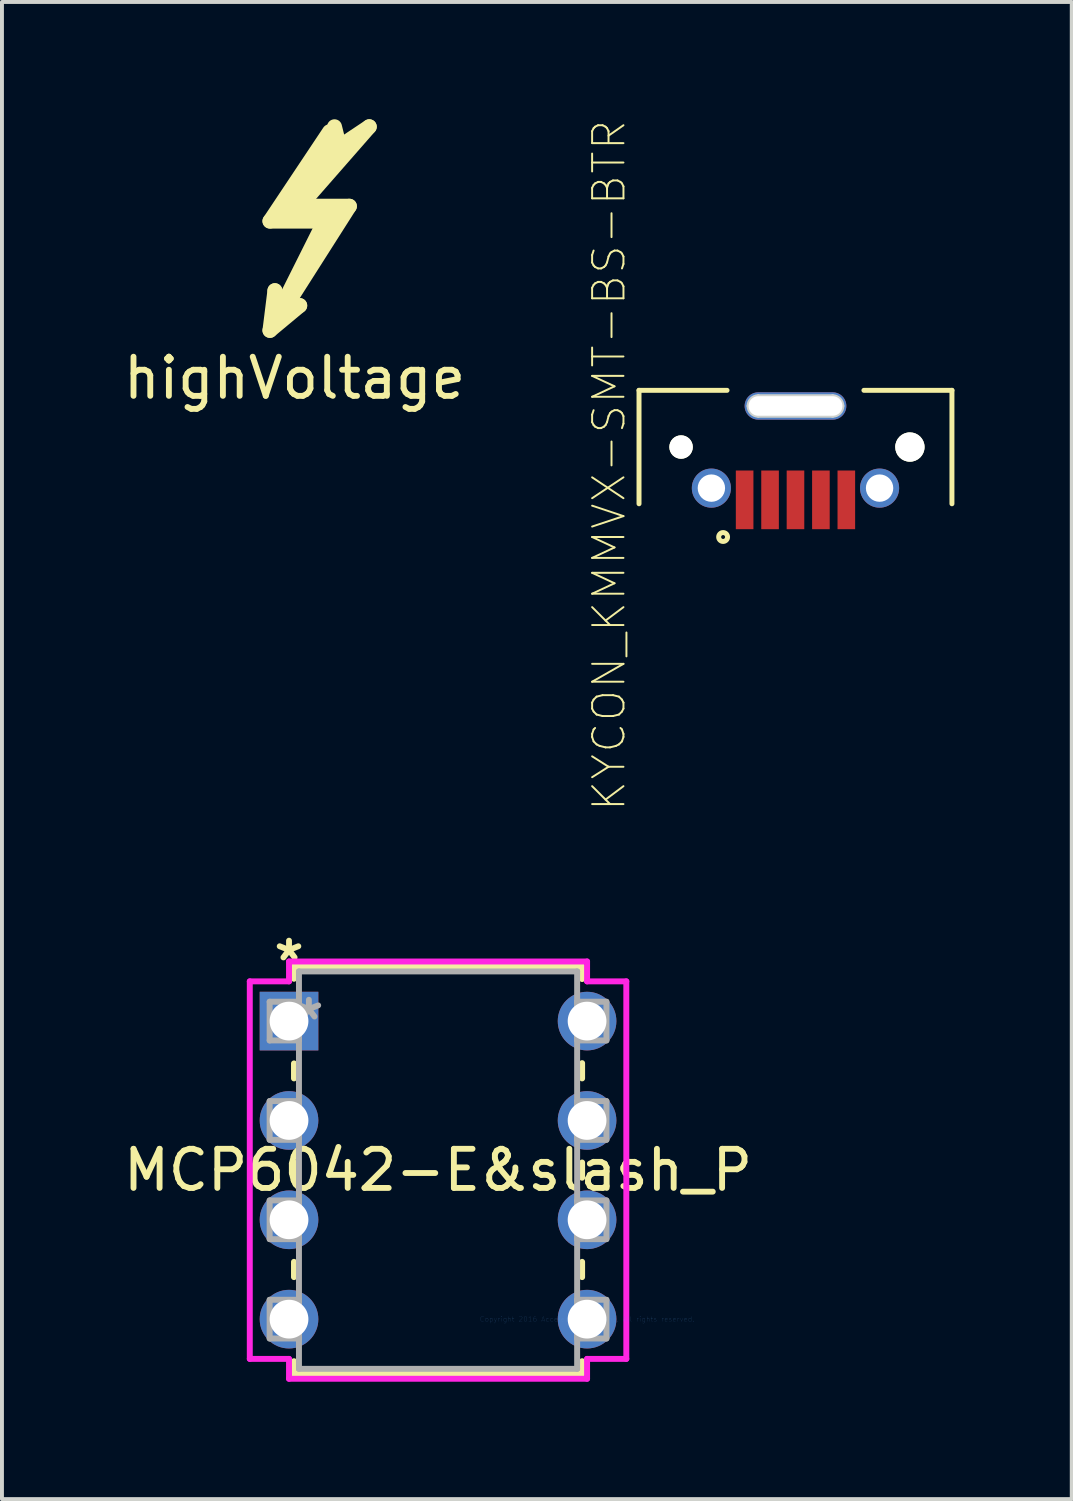
<source format=kicad_pcb>
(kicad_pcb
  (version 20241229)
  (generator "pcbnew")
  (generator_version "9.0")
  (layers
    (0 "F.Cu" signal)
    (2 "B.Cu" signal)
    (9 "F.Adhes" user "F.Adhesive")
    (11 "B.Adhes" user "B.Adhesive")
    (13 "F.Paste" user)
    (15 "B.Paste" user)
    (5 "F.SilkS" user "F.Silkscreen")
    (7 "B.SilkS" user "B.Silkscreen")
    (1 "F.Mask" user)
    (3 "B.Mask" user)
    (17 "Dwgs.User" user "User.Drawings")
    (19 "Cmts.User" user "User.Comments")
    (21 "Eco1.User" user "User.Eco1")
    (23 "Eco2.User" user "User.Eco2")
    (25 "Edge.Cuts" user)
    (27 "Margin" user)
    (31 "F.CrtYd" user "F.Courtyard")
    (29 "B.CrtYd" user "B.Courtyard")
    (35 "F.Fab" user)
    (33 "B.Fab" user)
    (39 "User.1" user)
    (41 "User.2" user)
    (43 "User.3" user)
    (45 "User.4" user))
  (footprint "KYCON_KMMVX-SMT-BS-BTR"
    (layer "F.Cu")
    (at 17.287 8.379)
    (property "Reference" "KYCON_KMMVX-SMT-BS-BTR" (at -4.766 0.469 90) (layer "F.SilkS") (effects (font (size 0.801 0.801) (thickness 0.05))))
    (attr smd)
    (fp_line (start -4 -1.45) (end -4 1.45) (stroke (width 0.127) (type solid)) (layer "F.SilkS"))
    (fp_line (start -1.75 -1.45) (end -4 -1.45) (stroke (width 0.127) (type solid)) (layer "F.SilkS"))
    (fp_line (start 1.75 -1.45) (end 4 -1.45) (stroke (width 0.127) (type solid)) (layer "F.SilkS"))
    (fp_line (start 4 -1.45) (end 4 1.45) (stroke (width 0.127) (type solid)) (layer "F.SilkS"))
    (fp_circle (center -1.85 2.3) (end -1.8 2.3) (stroke (width 0.127) (type solid)) (fill no) (layer "F.SilkS"))
    (fp_line (start -0.95 -1.3) (end 0.95 -1.3) (stroke (width 0.1) (type solid)) (layer "Edge.Cuts"))
    (fp_line (start 0.95 -0.8) (end -0.95 -0.8) (stroke (width 0.1) (type solid)) (layer "Edge.Cuts"))
    (fp_arc (start -1.2 -1.05) (mid -1.126777 -1.226777) (end -0.95 -1.3) (stroke (width 0.1) (type solid)) (layer "Edge.Cuts"))
    (fp_arc (start -0.95 -0.8) (mid -1.126777 -0.873223) (end -1.2 -1.05) (stroke (width 0.1) (type solid)) (layer "Edge.Cuts"))
    (fp_arc (start 0.95 -1.3) (mid 1.126777 -1.226777) (end 1.2 -1.05) (stroke (width 0.1) (type solid)) (layer "Edge.Cuts"))
    (fp_arc (start 1.2 -1.05) (mid 1.126777 -0.873223) (end 0.95 -0.8) (stroke (width 0.1) (type solid)) (layer "Edge.Cuts"))
    (pad "" np_thru_hole circle (at -2.925 0) (size 0.6 0.6) (drill 0.6) (layers "*.Cu" "*.Mask" "F.SilkS"))
    (pad "" np_thru_hole circle (at 2.925 0) (size 0.75 0.75) (drill 0.75) (layers "*.Cu" "*.Mask" "F.SilkS"))
    (pad "1" smd rect (at -1.3 1.35) (size 0.45 1.5) (layers "F.Cu" "F.Mask" "F.Paste"))
    (pad "2" smd rect (at -0.65 1.35) (size 0.45 1.5) (layers "F.Cu" "F.Mask" "F.Paste"))
    (pad "3" smd rect (at 0 1.35) (size 0.45 1.5) (layers "F.Cu" "F.Mask" "F.Paste"))
    (pad "4" smd rect (at 0.65 1.35) (size 0.45 1.5) (layers "F.Cu" "F.Mask" "F.Paste"))
    (pad "5" smd rect (at 1.3 1.35) (size 0.45 1.5) (layers "F.Cu" "F.Mask" "F.Paste"))
    (pad "Hole" thru_hole oval (at 0 -1.05) (size 2.6 0.7) (drill oval 2.4 0.5) (layers "*.Cu" "*.Mask"))
    (pad "P1" thru_hole circle (at -2.15 1.05) (size 1 1) (drill 0.7) (layers "*.Cu" "*.Mask"))
    (pad "P2" thru_hole circle (at 2.15 1.05) (size 1 1) (drill 0.7) (layers "*.Cu" "*.Mask")))
  (footprint "highVoltage"
    (layer "F.Cu")
    (at 4.232 3.365)
    (property "Reference" "highVoltage" (at 0.25 3.25 0) (layer "F.SilkS") (effects (font (size 1 1) (thickness 0.15))))
    (attr exclude_from_pos_files exclude_from_bom)
    (fp_line (start -0.381 -0.762) (end 1.016 -0.762) (stroke (width 0.381) (type solid)) (layer "F.SilkS"))
    (fp_line (start -0.381 2.032) (end 0.381 1.397) (stroke (width 0.381) (type solid)) (layer "F.SilkS"))
    (fp_line (start -0.254 1.016) (end -0.381 2.032) (stroke (width 0.381) (type solid)) (layer "F.SilkS"))
    (fp_line (start -0.127 1.524) (end -0.254 1.016) (stroke (width 0.381) (type solid)) (layer "F.SilkS"))
    (fp_line (start -0.127 1.651) (end 1.651 -1.143) (stroke (width 0.381) (type solid)) (layer "F.SilkS"))
    (fp_line (start 0 -0.889) (end 1.27 -0.889) (stroke (width 0.381) (type solid)) (layer "F.SilkS"))
    (fp_line (start 0.381 -1.143) (end 2.159 -3.175) (stroke (width 0.381) (type solid)) (layer "F.SilkS"))
    (fp_line (start 0.381 1.397) (end -0.127 1.651) (stroke (width 0.381) (type solid)) (layer "F.SilkS"))
    (fp_line (start 1.016 -0.762) (end -0.127 1.524) (stroke (width 0.381) (type solid)) (layer "F.SilkS"))
    (fp_line (start 1.143 -3.048) (end -0.381 -0.762) (stroke (width 0.381) (type solid)) (layer "F.SilkS"))
    (fp_line (start 1.397 -2.794) (end 0 -0.889) (stroke (width 0.381) (type solid)) (layer "F.SilkS"))
    (fp_line (start 1.397 -2.667) (end 1.27 -3.175) (stroke (width 0.381) (type solid)) (layer "F.SilkS"))
    (fp_line (start 1.651 -1.143) (end 0.381 -1.143) (stroke (width 0.381) (type solid)) (layer "F.SilkS"))
    (fp_line (start 2.159 -3.175) (end 1.397 -2.667) (stroke (width 0.381) (type solid)) (layer "F.SilkS")))
  (footprint "MCP6042-E&slash_P"
    (layer "F.Cu")
    (at 11.959 30.675)
    (property "Reference" "MCP6042-E&slash_P" (at -3.81 -3.81 0) (layer "F.SilkS") (effects (font (size 1 1) (thickness 0.15))))
    (attr through_hole)
    (fp_line (start -7.493 -9.017) (end -7.493 -8.702) (stroke (width 0.152) (type solid)) (layer "F.SilkS"))
    (fp_line (start -7.493 -6.538) (end -7.493 -6.155) (stroke (width 0.152) (type solid)) (layer "F.SilkS"))
    (fp_line (start -7.493 -4.005) (end -7.493 -3.615) (stroke (width 0.152) (type solid)) (layer "F.SilkS"))
    (fp_line (start -7.493 -1.465) (end -7.493 -1.075) (stroke (width 0.152) (type solid)) (layer "F.SilkS"))
    (fp_line (start -7.493 1.075) (end -7.493 1.397) (stroke (width 0.152) (type solid)) (layer "F.SilkS"))
    (fp_line (start -7.493 1.397) (end -0.127 1.397) (stroke (width 0.152) (type solid)) (layer "F.SilkS"))
    (fp_line (start -0.127 -9.017) (end -7.493 -9.017) (stroke (width 0.152) (type solid)) (layer "F.SilkS"))
    (fp_line (start -0.127 -8.695) (end -0.127 -9.017) (stroke (width 0.152) (type solid)) (layer "F.SilkS"))
    (fp_line (start -0.127 -6.155) (end -0.127 -6.545) (stroke (width 0.152) (type solid)) (layer "F.SilkS"))
    (fp_line (start -0.127 -3.615) (end -0.127 -4.005) (stroke (width 0.152) (type solid)) (layer "F.SilkS"))
    (fp_line (start -0.127 -1.075) (end -0.127 -1.465) (stroke (width 0.152) (type solid)) (layer "F.SilkS"))
    (fp_line (start -0.127 1.397) (end -0.127 1.075) (stroke (width 0.152) (type solid)) (layer "F.SilkS"))
    (fp_line (start -8.623 -8.636) (end -8.623 1.016) (stroke (width 0.152) (type solid)) (layer "F.CrtYd"))
    (fp_line (start -8.623 1.016) (end -7.62 1.016) (stroke (width 0.152) (type solid)) (layer "F.CrtYd"))
    (fp_line (start -7.62 -9.144) (end -7.62 -8.636) (stroke (width 0.152) (type solid)) (layer "F.CrtYd"))
    (fp_line (start -7.62 -8.636) (end -8.623 -8.636) (stroke (width 0.152) (type solid)) (layer "F.CrtYd"))
    (fp_line (start -7.62 1.016) (end -7.62 1.524) (stroke (width 0.152) (type solid)) (layer "F.CrtYd"))
    (fp_line (start -7.62 1.524) (end 0 1.524) (stroke (width 0.152) (type solid)) (layer "F.CrtYd"))
    (fp_line (start 0 -9.144) (end -7.62 -9.144) (stroke (width 0.152) (type solid)) (layer "F.CrtYd"))
    (fp_line (start 0 -8.636) (end 0 -9.144) (stroke (width 0.152) (type solid)) (layer "F.CrtYd"))
    (fp_line (start 0 1.016) (end 1.003 1.016) (stroke (width 0.152) (type solid)) (layer "F.CrtYd"))
    (fp_line (start 0 1.524) (end 0 1.016) (stroke (width 0.152) (type solid)) (layer "F.CrtYd"))
    (fp_line (start 1.003 -8.636) (end 0 -8.636) (stroke (width 0.152) (type solid)) (layer "F.CrtYd"))
    (fp_line (start 1.003 1.016) (end 1.003 -8.636) (stroke (width 0.152) (type solid)) (layer "F.CrtYd"))
    (fp_line (start -8.115 -8.115) (end -8.115 -7.125) (stroke (width 0.152) (type solid)) (layer "F.Fab"))
    (fp_line (start -8.115 -7.125) (end -7.366 -7.125) (stroke (width 0.152) (type solid)) (layer "F.Fab"))
    (fp_line (start -8.115 -5.575) (end -8.115 -4.585) (stroke (width 0.152) (type solid)) (layer "F.Fab"))
    (fp_line (start -8.115 -4.585) (end -7.366 -4.585) (stroke (width 0.152) (type solid)) (layer "F.Fab"))
    (fp_line (start -8.115 -3.035) (end -8.115 -2.045) (stroke (width 0.152) (type solid)) (layer "F.Fab"))
    (fp_line (start -8.115 -2.045) (end -7.366 -2.045) (stroke (width 0.152) (type solid)) (layer "F.Fab"))
    (fp_line (start -8.115 -0.495) (end -8.115 0.495) (stroke (width 0.152) (type solid)) (layer "F.Fab"))
    (fp_line (start -8.115 0.495) (end -7.366 0.495) (stroke (width 0.152) (type solid)) (layer "F.Fab"))
    (fp_line (start -7.366 -8.89) (end -7.366 1.27) (stroke (width 0.152) (type solid)) (layer "F.Fab"))
    (fp_line (start -7.366 -8.115) (end -8.115 -8.115) (stroke (width 0.152) (type solid)) (layer "F.Fab"))
    (fp_line (start -7.366 -7.125) (end -7.366 -8.115) (stroke (width 0.152) (type solid)) (layer "F.Fab"))
    (fp_line (start -7.366 -5.575) (end -8.115 -5.575) (stroke (width 0.152) (type solid)) (layer "F.Fab"))
    (fp_line (start -7.366 -4.585) (end -7.366 -5.575) (stroke (width 0.152) (type solid)) (layer "F.Fab"))
    (fp_line (start -7.366 -3.035) (end -8.115 -3.035) (stroke (width 0.152) (type solid)) (layer "F.Fab"))
    (fp_line (start -7.366 -2.045) (end -7.366 -3.035) (stroke (width 0.152) (type solid)) (layer "F.Fab"))
    (fp_line (start -7.366 -0.495) (end -8.115 -0.495) (stroke (width 0.152) (type solid)) (layer "F.Fab"))
    (fp_line (start -7.366 0.495) (end -7.366 -0.495) (stroke (width 0.152) (type solid)) (layer "F.Fab"))
    (fp_line (start -7.366 1.27) (end -0.254 1.27) (stroke (width 0.152) (type solid)) (layer "F.Fab"))
    (fp_line (start -0.254 -8.89) (end -7.366 -8.89) (stroke (width 0.152) (type solid)) (layer "F.Fab"))
    (fp_line (start -0.254 -8.115) (end -0.254 -7.125) (stroke (width 0.152) (type solid)) (layer "F.Fab"))
    (fp_line (start -0.254 -7.125) (end 0.495 -7.125) (stroke (width 0.152) (type solid)) (layer "F.Fab"))
    (fp_line (start -0.254 -5.575) (end -0.254 -4.585) (stroke (width 0.152) (type solid)) (layer "F.Fab"))
    (fp_line (start -0.254 -4.585) (end 0.495 -4.585) (stroke (width 0.152) (type solid)) (layer "F.Fab"))
    (fp_line (start -0.254 -3.035) (end -0.254 -2.045) (stroke (width 0.152) (type solid)) (layer "F.Fab"))
    (fp_line (start -0.254 -2.045) (end 0.495 -2.045) (stroke (width 0.152) (type solid)) (layer "F.Fab"))
    (fp_line (start -0.254 -0.495) (end -0.254 0.495) (stroke (width 0.152) (type solid)) (layer "F.Fab"))
    (fp_line (start -0.254 0.495) (end 0.495 0.495) (stroke (width 0.152) (type solid)) (layer "F.Fab"))
    (fp_line (start -0.254 1.27) (end -0.254 -8.89) (stroke (width 0.152) (type solid)) (layer "F.Fab"))
    (fp_line (start 0.495 -8.115) (end -0.254 -8.115) (stroke (width 0.152) (type solid)) (layer "F.Fab"))
    (fp_line (start 0.495 -7.125) (end 0.495 -8.115) (stroke (width 0.152) (type solid)) (layer "F.Fab"))
    (fp_line (start 0.495 -5.575) (end -0.254 -5.575) (stroke (width 0.152) (type solid)) (layer "F.Fab"))
    (fp_line (start 0.495 -4.585) (end 0.495 -5.575) (stroke (width 0.152) (type solid)) (layer "F.Fab"))
    (fp_line (start 0.495 -3.035) (end -0.254 -3.035) (stroke (width 0.152) (type solid)) (layer "F.Fab"))
    (fp_line (start 0.495 -2.045) (end 0.495 -3.035) (stroke (width 0.152) (type solid)) (layer "F.Fab"))
    (fp_line (start 0.495 -0.495) (end -0.254 -0.495) (stroke (width 0.152) (type solid)) (layer "F.Fab"))
    (fp_line (start 0.495 0.495) (end 0.495 -0.495) (stroke (width 0.152) (type solid)) (layer "F.Fab"))
    (fp_text user "*" (at -7.62 -9.131 0) (layer "F.SilkS") (effects (font (size 1 1) (thickness 0.15))))
    (fp_text user "Copyright 2016 Accelerated Designs. All rights reserved." (at 0 0 0) (layer "Cmts.User") (effects (font (size 0.127 0.127) (thickness 0.002))))
    (fp_text user "*" (at -7.112 -7.62 0) (layer "F.Fab") (effects (font (size 1 1) (thickness 0.15))))
    (pad "1" thru_hole rect (at -7.62 -7.62) (size 1.499 1.499) (drill 0.991) (layers "*.Cu" "*.Mask"))
    (pad "2" thru_hole circle (at -7.62 -5.08) (size 1.499 1.499) (drill 0.991) (layers "*.Cu" "*.Mask"))
    (pad "3" thru_hole circle (at -7.62 -2.54) (size 1.499 1.499) (drill 0.991) (layers "*.Cu" "*.Mask"))
    (pad "4" thru_hole circle (at -7.62 0) (size 1.499 1.499) (drill 0.991) (layers "*.Cu" "*.Mask"))
    (pad "5" thru_hole circle (at 0 0) (size 1.499 1.499) (drill 0.991) (layers "*.Cu" "*.Mask"))
    (pad "6" thru_hole circle (at 0 -2.54) (size 1.499 1.499) (drill 0.991) (layers "*.Cu" "*.Mask"))
    (pad "7" thru_hole circle (at 0 -5.08) (size 1.499 1.499) (drill 0.991) (layers "*.Cu" "*.Mask"))
    (pad "8" thru_hole circle (at 0 -7.62) (size 1.499 1.499) (drill 0.991) (layers "*.Cu" "*.Mask")))
  (gr_rect
    (start -3 -3)
    (end 24.35 35.276)
    (stroke (width 0.1) (type default))
    (fill no)
    (layer "Edge.Cuts")))
</source>
